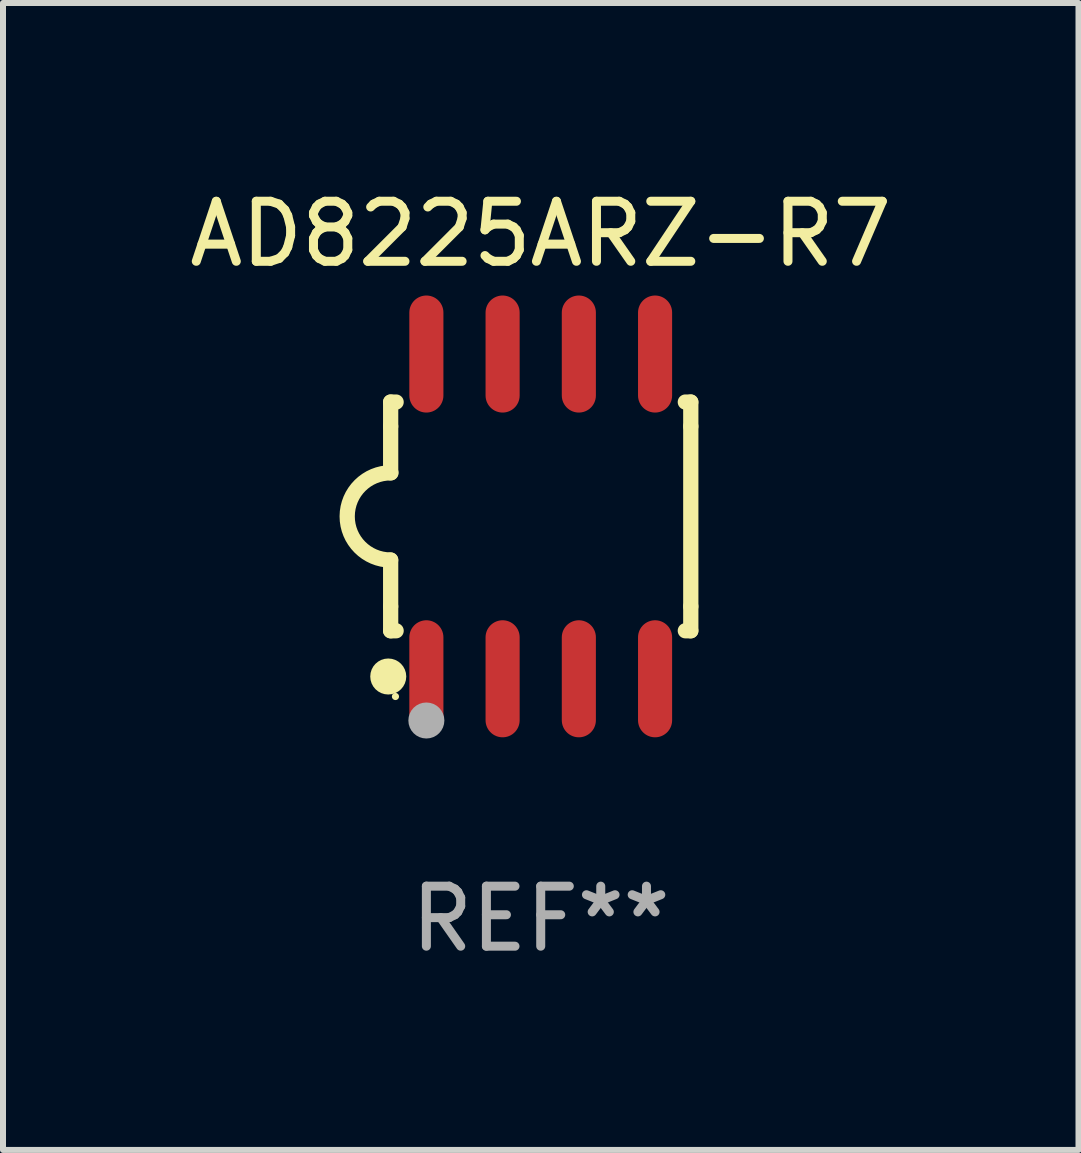
<source format=kicad_pcb>
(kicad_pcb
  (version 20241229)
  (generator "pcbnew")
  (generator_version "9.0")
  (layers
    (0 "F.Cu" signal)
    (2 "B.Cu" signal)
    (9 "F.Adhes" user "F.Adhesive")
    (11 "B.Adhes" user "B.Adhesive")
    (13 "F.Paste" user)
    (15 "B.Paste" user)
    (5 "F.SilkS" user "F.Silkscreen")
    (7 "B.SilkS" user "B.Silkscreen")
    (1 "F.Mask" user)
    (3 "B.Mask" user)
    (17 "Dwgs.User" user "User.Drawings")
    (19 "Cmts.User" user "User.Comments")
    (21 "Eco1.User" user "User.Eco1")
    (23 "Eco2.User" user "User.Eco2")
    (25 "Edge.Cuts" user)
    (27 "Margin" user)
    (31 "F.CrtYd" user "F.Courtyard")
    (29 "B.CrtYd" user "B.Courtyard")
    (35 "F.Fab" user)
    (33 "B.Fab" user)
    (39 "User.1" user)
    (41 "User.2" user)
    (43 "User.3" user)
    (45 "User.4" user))
  (footprint "AD8225ARZ-R7"
    (layer "F.Cu")
    (at 5.958 5.553)
    (property "Reference" "AD8225ARZ-R7" (at 0 -4.705 0) (layer "F.SilkS") (effects (font (size 1 1) (thickness 0.15))))
    (attr through_hole)
    (fp_line (start -2.5 -1.905) (end -2.409 -1.905) (stroke (width 0.254) (type solid)) (layer "F.SilkS"))
    (fp_line (start -2.5 -1.5) (end -2.5 -1.905) (stroke (width 0.254) (type solid)) (layer "F.SilkS"))
    (fp_line (start -2.5 -1.5) (end -2.5 -0.726) (stroke (width 0.254) (type solid)) (layer "F.SilkS"))
    (fp_line (start -2.5 1.5) (end -2.5 0.727) (stroke (width 0.254) (type solid)) (layer "F.SilkS"))
    (fp_line (start -2.5 1.5) (end -2.5 1.905) (stroke (width 0.254) (type solid)) (layer "F.SilkS"))
    (fp_line (start -2.5 1.905) (end -2.409 1.905) (stroke (width 0.254) (type solid)) (layer "F.SilkS"))
    (fp_line (start 2.5 -1.905) (end 2.409 -1.905) (stroke (width 0.254) (type solid)) (layer "F.SilkS"))
    (fp_line (start 2.5 -1.5) (end 2.5 -1.905) (stroke (width 0.254) (type solid)) (layer "F.SilkS"))
    (fp_line (start 2.5 -1.5) (end 2.5 1.5) (stroke (width 0.254) (type solid)) (layer "F.SilkS"))
    (fp_line (start 2.5 1.5) (end 2.5 1.905) (stroke (width 0.254) (type solid)) (layer "F.SilkS"))
    (fp_line (start 2.5 1.905) (end 2.409 1.905) (stroke (width 0.254) (type solid)) (layer "F.SilkS"))
    (fp_arc (start -2.5 0.726568) (mid -3.220316 -0.0023) (end -2.495097 -0.726289) (stroke (width 0.254001) (type solid)) (layer "F.SilkS"))
    (fp_circle (center -2.54 2.667) (end -2.39 2.667) (stroke (width 0.3) (type solid)) (fill no) (layer "F.SilkS"))
    (fp_circle (center -2.42 3) (end -2.39 3) (stroke (width 0.06) (type solid)) (fill no) (layer "F.SilkS"))
    (fp_circle (center -1.905 3.4) (end -1.755 3.4) (stroke (width 0.3) (type solid)) (fill no) (layer "F.Fab"))
    (fp_text user "REF**" (at 0 6.705 0) (layer "F.Fab") (effects (font (size 1 1) (thickness 0.15))))
    (pad "1" smd oval (at -1.905 2.705) (size 0.568 1.95) (layers "F.Cu" "F.Mask" "F.Paste"))
    (pad "2" smd oval (at -0.635 2.705) (size 0.568 1.95) (layers "F.Cu" "F.Mask" "F.Paste"))
    (pad "3" smd oval (at 0.635 2.705) (size 0.568 1.95) (layers "F.Cu" "F.Mask" "F.Paste"))
    (pad "4" smd oval (at 1.905 2.705) (size 0.568 1.95) (layers "F.Cu" "F.Mask" "F.Paste"))
    (pad "5" smd oval (at 1.905 -2.705) (size 0.568 1.95) (layers "F.Cu" "F.Mask" "F.Paste"))
    (pad "6" smd oval (at 0.635 -2.705) (size 0.568 1.95) (layers "F.Cu" "F.Mask" "F.Paste"))
    (pad "7" smd oval (at -0.635 -2.705) (size 0.568 1.95) (layers "F.Cu" "F.Mask" "F.Paste"))
    (pad "8" smd oval (at -1.905 -2.705) (size 0.568 1.95) (layers "F.Cu" "F.Mask" "F.Paste")))
  (gr_rect
    (start -3 -3)
    (end 14.917 16.107)
    (stroke (width 0.1) (type default))
    (fill no)
    (layer "Edge.Cuts")))
</source>
